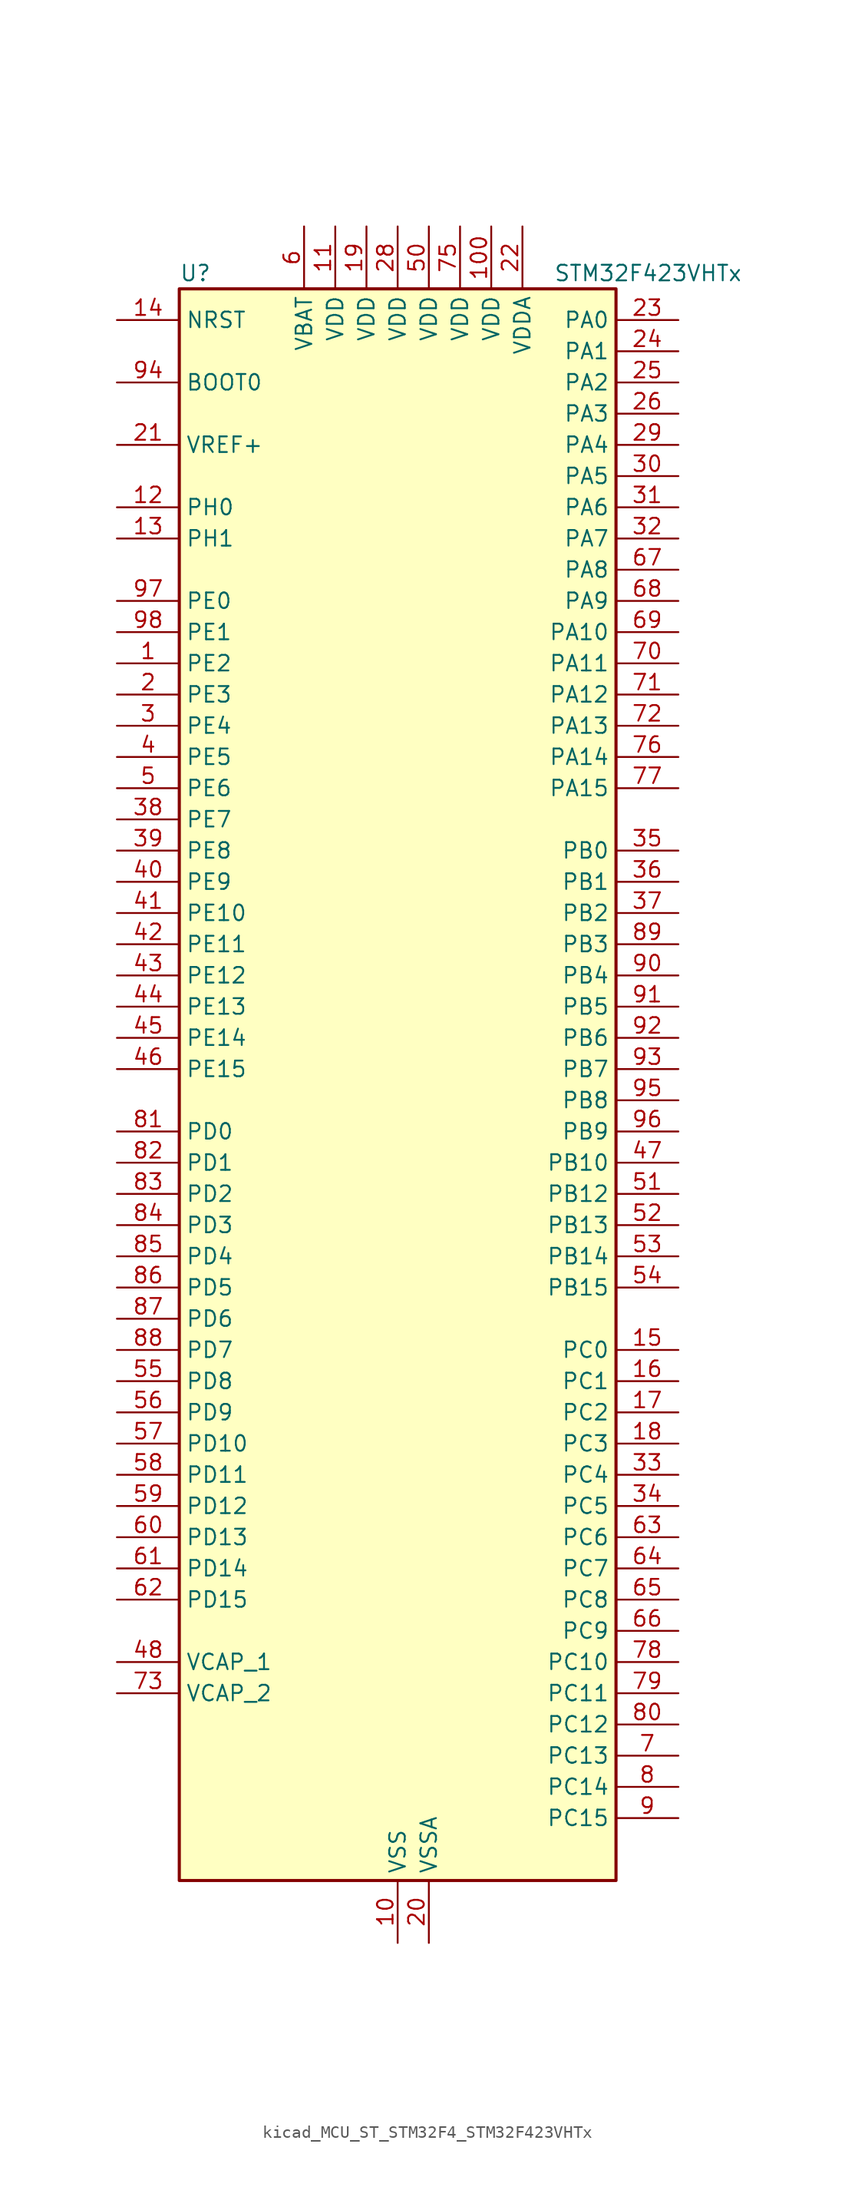
<source format=kicad_sym>
(kicad_symbol_lib
  (version 20220914)
  (generator kicad_symbol_editor)
  (symbol "kicad_MCU_ST_STM32F4_STM32F423VHTx"
    (property "Reference" "U"
      (at -17.78 67.31 0)
      (effects (font (size 1.27 1.27)) (justify left)))
    (property "Value" "STM32F423VHTx"
      (at 12.7 67.31 0)
      (effects (font (size 1.27 1.27)) (justify left)))
    (property "ki_locked" ""
      (at 0 0 0)
      (effects (font (size 1.27 1.27))))
    (symbol "kicad_MCU_ST_STM32F4_STM32F423VHTx_0_1"
      (rectangle (start -17.78 -63.5) (end 17.78 66.04) (stroke (width 0.254) (type default)) (fill (type background))))
    (symbol "kicad_MCU_ST_STM32F4_STM32F423VHTx_1_1"
      (pin bidirectional line (at -22.86 35.56 0) (length 5.08) (name "PE2" (effects (font (size 1.27 1.27)))) (number "1" (effects (font (size 1.27 1.27)))) (alternate "FSMC_A23" bidirectional line) (alternate "I2S4_CK" bidirectional line) (alternate "I2S5_CK" bidirectional line) (alternate "QUADSPI_BK1_IO2" bidirectional line) (alternate "SAI1_MCLK_A" bidirectional line) (alternate "SPI4_SCK" bidirectional line) (alternate "SPI5_SCK" bidirectional line) (alternate "SYS_TRACECLK" bidirectional line) (alternate "UART10_RX" bidirectional line))
      (pin power_in line (at 0 -68.58 90) (length 5.08) (name "VSS" (effects (font (size 1.27 1.27)))) (number "10" (effects (font (size 1.27 1.27)))))
      (pin power_in line (at 7.62 71.12 270) (length 5.08) (name "VDD" (effects (font (size 1.27 1.27)))) (number "100" (effects (font (size 1.27 1.27)))))
      (pin power_in line (at -5.08 71.12 270) (length 5.08) (name "VDD" (effects (font (size 1.27 1.27)))) (number "11" (effects (font (size 1.27 1.27)))))
      (pin bidirectional line (at -22.86 48.26 0) (length 5.08) (name "PH0" (effects (font (size 1.27 1.27)))) (number "12" (effects (font (size 1.27 1.27)))) (alternate "RCC_OSC_IN" bidirectional line))
      (pin bidirectional line (at -22.86 45.72 0) (length 5.08) (name "PH1" (effects (font (size 1.27 1.27)))) (number "13" (effects (font (size 1.27 1.27)))) (alternate "RCC_OSC_OUT" bidirectional line))
      (pin input line (at -22.86 63.5 0) (length 5.08) (name "NRST" (effects (font (size 1.27 1.27)))) (number "14" (effects (font (size 1.27 1.27)))))
      (pin bidirectional line (at 22.86 -20.32 180) (length 5.08) (name "PC0" (effects (font (size 1.27 1.27)))) (number "15" (effects (font (size 1.27 1.27)))) (alternate "ADC1_IN10" bidirectional line) (alternate "DFSDM2_CKIN4" bidirectional line) (alternate "LPTIM1_IN1" bidirectional line) (alternate "SAI1_MCLK_B" bidirectional line) (alternate "SYS_WKUP2" bidirectional line))
      (pin bidirectional line (at 22.86 -22.86 180) (length 5.08) (name "PC1" (effects (font (size 1.27 1.27)))) (number "16" (effects (font (size 1.27 1.27)))) (alternate "ADC1_IN11" bidirectional line) (alternate "DFSDM2_DATIN4" bidirectional line) (alternate "LPTIM1_OUT" bidirectional line) (alternate "SAI1_SD_B" bidirectional line) (alternate "SYS_WKUP3" bidirectional line))
      (pin bidirectional line (at 22.86 -25.4 180) (length 5.08) (name "PC2" (effects (font (size 1.27 1.27)))) (number "17" (effects (font (size 1.27 1.27)))) (alternate "ADC1_IN12" bidirectional line) (alternate "DFSDM1_CKOUT" bidirectional line) (alternate "DFSDM2_DATIN7" bidirectional line) (alternate "FSMC_NWE" bidirectional line) (alternate "I2S2_ext_SD" bidirectional line) (alternate "LPTIM1_IN2" bidirectional line) (alternate "SAI1_SCK_B" bidirectional line) (alternate "SPI2_MISO" bidirectional line))
      (pin bidirectional line (at 22.86 -27.94 180) (length 5.08) (name "PC3" (effects (font (size 1.27 1.27)))) (number "18" (effects (font (size 1.27 1.27)))) (alternate "ADC1_IN13" bidirectional line) (alternate "DFSDM2_CKIN7" bidirectional line) (alternate "FSMC_A0" bidirectional line) (alternate "I2S2_SD" bidirectional line) (alternate "LPTIM1_ETR" bidirectional line) (alternate "SAI1_FS_B" bidirectional line) (alternate "SPI2_MOSI" bidirectional line))
      (pin power_in line (at -2.54 71.12 270) (length 5.08) (name "VDD" (effects (font (size 1.27 1.27)))) (number "19" (effects (font (size 1.27 1.27)))))
      (pin bidirectional line (at -22.86 33.02 0) (length 5.08) (name "PE3" (effects (font (size 1.27 1.27)))) (number "2" (effects (font (size 1.27 1.27)))) (alternate "FSMC_A19" bidirectional line) (alternate "SAI1_SD_B" bidirectional line) (alternate "SYS_TRACED0" bidirectional line) (alternate "UART10_TX" bidirectional line))
      (pin power_in line (at 2.54 -68.58 90) (length 5.08) (name "VSSA" (effects (font (size 1.27 1.27)))) (number "20" (effects (font (size 1.27 1.27)))))
      (pin input line (at -22.86 53.34 0) (length 5.08) (name "VREF+" (effects (font (size 1.27 1.27)))) (number "21" (effects (font (size 1.27 1.27)))))
      (pin power_in line (at 10.16 71.12 270) (length 5.08) (name "VDDA" (effects (font (size 1.27 1.27)))) (number "22" (effects (font (size 1.27 1.27)))))
      (pin bidirectional line (at 22.86 63.5 180) (length 5.08) (name "PA0" (effects (font (size 1.27 1.27)))) (number "23" (effects (font (size 1.27 1.27)))) (alternate "ADC1_IN0" bidirectional line) (alternate "SYS_WKUP1" bidirectional line) (alternate "TIM2_CH1" bidirectional line) (alternate "TIM2_ETR" bidirectional line) (alternate "TIM5_CH1" bidirectional line) (alternate "TIM8_ETR" bidirectional line) (alternate "UART4_TX" bidirectional line) (alternate "USART2_CTS" bidirectional line))
      (pin bidirectional line (at 22.86 60.96 180) (length 5.08) (name "PA1" (effects (font (size 1.27 1.27)))) (number "24" (effects (font (size 1.27 1.27)))) (alternate "ADC1_IN1" bidirectional line) (alternate "I2S4_SD" bidirectional line) (alternate "QUADSPI_BK1_IO3" bidirectional line) (alternate "SPI4_MOSI" bidirectional line) (alternate "TIM2_CH2" bidirectional line) (alternate "TIM5_CH2" bidirectional line) (alternate "UART4_RX" bidirectional line) (alternate "USART2_RTS" bidirectional line))
      (pin bidirectional line (at 22.86 58.42 180) (length 5.08) (name "PA2" (effects (font (size 1.27 1.27)))) (number "25" (effects (font (size 1.27 1.27)))) (alternate "ADC1_IN2" bidirectional line) (alternate "FSMC_D4" bidirectional line) (alternate "FSMC_DA4" bidirectional line) (alternate "I2S_CKIN" bidirectional line) (alternate "TIM2_CH3" bidirectional line) (alternate "TIM5_CH3" bidirectional line) (alternate "TIM9_CH1" bidirectional line) (alternate "USART2_TX" bidirectional line))
      (pin bidirectional line (at 22.86 55.88 180) (length 5.08) (name "PA3" (effects (font (size 1.27 1.27)))) (number "26" (effects (font (size 1.27 1.27)))) (alternate "ADC1_IN3" bidirectional line) (alternate "FSMC_D5" bidirectional line) (alternate "FSMC_DA5" bidirectional line) (alternate "I2S2_MCK" bidirectional line) (alternate "SAI1_SD_B" bidirectional line) (alternate "TIM2_CH4" bidirectional line) (alternate "TIM5_CH4" bidirectional line) (alternate "TIM9_CH2" bidirectional line) (alternate "USART2_RX" bidirectional line))
      (pin passive line (at 0 -68.58 90) (length 5.08) hide (name "VSS" (effects (font (size 1.27 1.27)))) (number "27" (effects (font (size 1.27 1.27)))))
      (pin power_in line (at 0 71.12 270) (length 5.08) (name "VDD" (effects (font (size 1.27 1.27)))) (number "28" (effects (font (size 1.27 1.27)))))
      (pin bidirectional line (at 22.86 53.34 180) (length 5.08) (name "PA4" (effects (font (size 1.27 1.27)))) (number "29" (effects (font (size 1.27 1.27)))) (alternate "ADC1_IN4" bidirectional line) (alternate "DAC_OUT1" bidirectional line) (alternate "DFSDM1_DATIN1" bidirectional line) (alternate "FSMC_D6" bidirectional line) (alternate "FSMC_DA6" bidirectional line) (alternate "I2S1_WS" bidirectional line) (alternate "I2S3_WS" bidirectional line) (alternate "SPI1_NSS" bidirectional line) (alternate "SPI3_NSS" bidirectional line) (alternate "USART2_CK" bidirectional line))
      (pin bidirectional line (at -22.86 30.48 0) (length 5.08) (name "PE4" (effects (font (size 1.27 1.27)))) (number "3" (effects (font (size 1.27 1.27)))) (alternate "DFSDM1_DATIN3" bidirectional line) (alternate "FSMC_A20" bidirectional line) (alternate "I2S4_WS" bidirectional line) (alternate "I2S5_WS" bidirectional line) (alternate "SAI1_SD_A" bidirectional line) (alternate "SPI4_NSS" bidirectional line) (alternate "SPI5_NSS" bidirectional line) (alternate "SYS_TRACED1" bidirectional line))
      (pin bidirectional line (at 22.86 50.8 180) (length 5.08) (name "PA5" (effects (font (size 1.27 1.27)))) (number "30" (effects (font (size 1.27 1.27)))) (alternate "ADC1_IN5" bidirectional line) (alternate "DAC_OUT2" bidirectional line) (alternate "DFSDM1_CKIN1" bidirectional line) (alternate "FSMC_D7" bidirectional line) (alternate "FSMC_DA7" bidirectional line) (alternate "I2S1_CK" bidirectional line) (alternate "SPI1_SCK" bidirectional line) (alternate "TIM2_CH1" bidirectional line) (alternate "TIM2_ETR" bidirectional line) (alternate "TIM8_CH1N" bidirectional line))
      (pin bidirectional line (at 22.86 48.26 180) (length 5.08) (name "PA6" (effects (font (size 1.27 1.27)))) (number "31" (effects (font (size 1.27 1.27)))) (alternate "ADC1_IN6" bidirectional line) (alternate "DFSDM2_CKIN1" bidirectional line) (alternate "I2S2_MCK" bidirectional line) (alternate "QUADSPI_BK2_IO0" bidirectional line) (alternate "SDIO_CMD" bidirectional line) (alternate "SPI1_MISO" bidirectional line) (alternate "TIM13_CH1" bidirectional line) (alternate "TIM1_BKIN" bidirectional line) (alternate "TIM3_CH1" bidirectional line) (alternate "TIM8_BKIN" bidirectional line))
      (pin bidirectional line (at 22.86 45.72 180) (length 5.08) (name "PA7" (effects (font (size 1.27 1.27)))) (number "32" (effects (font (size 1.27 1.27)))) (alternate "ADC1_IN7" bidirectional line) (alternate "DFSDM2_DATIN1" bidirectional line) (alternate "I2S1_SD" bidirectional line) (alternate "QUADSPI_BK2_IO1" bidirectional line) (alternate "SPI1_MOSI" bidirectional line) (alternate "TIM14_CH1" bidirectional line) (alternate "TIM1_CH1N" bidirectional line) (alternate "TIM3_CH2" bidirectional line) (alternate "TIM8_CH1N" bidirectional line))
      (pin bidirectional line (at 22.86 -30.48 180) (length 5.08) (name "PC4" (effects (font (size 1.27 1.27)))) (number "33" (effects (font (size 1.27 1.27)))) (alternate "ADC1_IN14" bidirectional line) (alternate "DFSDM2_CKIN2" bidirectional line) (alternate "FSMC_NE4" bidirectional line) (alternate "I2S1_MCK" bidirectional line) (alternate "QUADSPI_BK2_IO2" bidirectional line))
      (pin bidirectional line (at 22.86 -33.02 180) (length 5.08) (name "PC5" (effects (font (size 1.27 1.27)))) (number "34" (effects (font (size 1.27 1.27)))) (alternate "ADC1_IN15" bidirectional line) (alternate "DFSDM2_DATIN2" bidirectional line) (alternate "FMPI2C1_SMBA" bidirectional line) (alternate "FSMC_NOE" bidirectional line) (alternate "QUADSPI_BK2_IO3" bidirectional line) (alternate "USART3_RX" bidirectional line))
      (pin bidirectional line (at 22.86 20.32 180) (length 5.08) (name "PB0" (effects (font (size 1.27 1.27)))) (number "35" (effects (font (size 1.27 1.27)))) (alternate "ADC1_IN8" bidirectional line) (alternate "I2S5_CK" bidirectional line) (alternate "SPI5_SCK" bidirectional line) (alternate "TIM1_CH2N" bidirectional line) (alternate "TIM3_CH3" bidirectional line) (alternate "TIM8_CH2N" bidirectional line))
      (pin bidirectional line (at 22.86 17.78 180) (length 5.08) (name "PB1" (effects (font (size 1.27 1.27)))) (number "36" (effects (font (size 1.27 1.27)))) (alternate "ADC1_IN9" bidirectional line) (alternate "DFSDM1_DATIN0" bidirectional line) (alternate "I2S5_WS" bidirectional line) (alternate "QUADSPI_CLK" bidirectional line) (alternate "SPI5_NSS" bidirectional line) (alternate "TIM1_CH3N" bidirectional line) (alternate "TIM3_CH4" bidirectional line) (alternate "TIM8_CH3N" bidirectional line))
      (pin bidirectional line (at 22.86 15.24 180) (length 5.08) (name "PB2" (effects (font (size 1.27 1.27)))) (number "37" (effects (font (size 1.27 1.27)))) (alternate "DFSDM1_CKIN0" bidirectional line) (alternate "LPTIM1_OUT" bidirectional line) (alternate "QUADSPI_CLK" bidirectional line))
      (pin bidirectional line (at -22.86 22.86 0) (length 5.08) (name "PE7" (effects (font (size 1.27 1.27)))) (number "38" (effects (font (size 1.27 1.27)))) (alternate "DFSDM1_DATIN2" bidirectional line) (alternate "FSMC_D4" bidirectional line) (alternate "FSMC_DA4" bidirectional line) (alternate "QUADSPI_BK2_IO0" bidirectional line) (alternate "TIM1_ETR" bidirectional line) (alternate "UART7_RX" bidirectional line))
      (pin bidirectional line (at -22.86 20.32 0) (length 5.08) (name "PE8" (effects (font (size 1.27 1.27)))) (number "39" (effects (font (size 1.27 1.27)))) (alternate "DFSDM1_CKIN2" bidirectional line) (alternate "FSMC_D5" bidirectional line) (alternate "FSMC_DA5" bidirectional line) (alternate "QUADSPI_BK2_IO1" bidirectional line) (alternate "TIM1_CH1N" bidirectional line) (alternate "UART7_TX" bidirectional line))
      (pin bidirectional line (at -22.86 27.94 0) (length 5.08) (name "PE5" (effects (font (size 1.27 1.27)))) (number "4" (effects (font (size 1.27 1.27)))) (alternate "DFSDM1_CKIN3" bidirectional line) (alternate "FSMC_A21" bidirectional line) (alternate "SAI1_SCK_A" bidirectional line) (alternate "SPI4_MISO" bidirectional line) (alternate "SPI5_MISO" bidirectional line) (alternate "SYS_TRACED2" bidirectional line) (alternate "TIM9_CH1" bidirectional line))
      (pin bidirectional line (at -22.86 17.78 0) (length 5.08) (name "PE9" (effects (font (size 1.27 1.27)))) (number "40" (effects (font (size 1.27 1.27)))) (alternate "DAC_EXTI9" bidirectional line) (alternate "DFSDM1_CKOUT" bidirectional line) (alternate "FSMC_D6" bidirectional line) (alternate "FSMC_DA6" bidirectional line) (alternate "QUADSPI_BK2_IO2" bidirectional line) (alternate "TIM1_CH1" bidirectional line))
      (pin bidirectional line (at -22.86 15.24 0) (length 5.08) (name "PE10" (effects (font (size 1.27 1.27)))) (number "41" (effects (font (size 1.27 1.27)))) (alternate "DFSDM2_DATIN0" bidirectional line) (alternate "FSMC_D7" bidirectional line) (alternate "FSMC_DA7" bidirectional line) (alternate "QUADSPI_BK2_IO3" bidirectional line) (alternate "TIM1_CH2N" bidirectional line))
      (pin bidirectional line (at -22.86 12.7 0) (length 5.08) (name "PE11" (effects (font (size 1.27 1.27)))) (number "42" (effects (font (size 1.27 1.27)))) (alternate "ADC1_EXTI11" bidirectional line) (alternate "DFSDM2_CKIN0" bidirectional line) (alternate "FSMC_D8" bidirectional line) (alternate "FSMC_DA8" bidirectional line) (alternate "I2S4_WS" bidirectional line) (alternate "I2S5_WS" bidirectional line) (alternate "SPI4_NSS" bidirectional line) (alternate "SPI5_NSS" bidirectional line) (alternate "TIM1_CH2" bidirectional line))
      (pin bidirectional line (at -22.86 10.16 0) (length 5.08) (name "PE12" (effects (font (size 1.27 1.27)))) (number "43" (effects (font (size 1.27 1.27)))) (alternate "DFSDM2_DATIN7" bidirectional line) (alternate "FSMC_D9" bidirectional line) (alternate "FSMC_DA9" bidirectional line) (alternate "I2S4_CK" bidirectional line) (alternate "I2S5_CK" bidirectional line) (alternate "SPI4_SCK" bidirectional line) (alternate "SPI5_SCK" bidirectional line) (alternate "TIM1_CH3N" bidirectional line))
      (pin bidirectional line (at -22.86 7.62 0) (length 5.08) (name "PE13" (effects (font (size 1.27 1.27)))) (number "44" (effects (font (size 1.27 1.27)))) (alternate "DFSDM2_CKIN7" bidirectional line) (alternate "FSMC_D10" bidirectional line) (alternate "FSMC_DA10" bidirectional line) (alternate "SPI4_MISO" bidirectional line) (alternate "SPI5_MISO" bidirectional line) (alternate "TIM1_CH3" bidirectional line))
      (pin bidirectional line (at -22.86 5.08 0) (length 5.08) (name "PE14" (effects (font (size 1.27 1.27)))) (number "45" (effects (font (size 1.27 1.27)))) (alternate "DFSDM2_DATIN1" bidirectional line) (alternate "FSMC_D11" bidirectional line) (alternate "FSMC_DA11" bidirectional line) (alternate "I2S4_SD" bidirectional line) (alternate "I2S5_SD" bidirectional line) (alternate "SPI4_MOSI" bidirectional line) (alternate "SPI5_MOSI" bidirectional line) (alternate "TIM1_CH4" bidirectional line))
      (pin bidirectional line (at -22.86 2.54 0) (length 5.08) (name "PE15" (effects (font (size 1.27 1.27)))) (number "46" (effects (font (size 1.27 1.27)))) (alternate "ADC1_EXTI15" bidirectional line) (alternate "DFSDM2_CKIN1" bidirectional line) (alternate "FSMC_D12" bidirectional line) (alternate "FSMC_DA12" bidirectional line) (alternate "TIM1_BKIN" bidirectional line))
      (pin bidirectional line (at 22.86 -5.08 180) (length 5.08) (name "PB10" (effects (font (size 1.27 1.27)))) (number "47" (effects (font (size 1.27 1.27)))) (alternate "DFSDM2_CKOUT" bidirectional line) (alternate "FMPI2C1_SCL" bidirectional line) (alternate "I2C2_SCL" bidirectional line) (alternate "I2S2_CK" bidirectional line) (alternate "I2S3_MCK" bidirectional line) (alternate "SDIO_D7" bidirectional line) (alternate "SPI2_SCK" bidirectional line) (alternate "TIM2_CH3" bidirectional line) (alternate "USART3_TX" bidirectional line))
      (pin power_out line (at -22.86 -45.72 0) (length 5.08) (name "VCAP_1" (effects (font (size 1.27 1.27)))) (number "48" (effects (font (size 1.27 1.27)))))
      (pin passive line (at 0 -68.58 90) (length 5.08) hide (name "VSS" (effects (font (size 1.27 1.27)))) (number "49" (effects (font (size 1.27 1.27)))))
      (pin bidirectional line (at -22.86 25.4 0) (length 5.08) (name "PE6" (effects (font (size 1.27 1.27)))) (number "5" (effects (font (size 1.27 1.27)))) (alternate "FSMC_A22" bidirectional line) (alternate "I2S4_SD" bidirectional line) (alternate "I2S5_SD" bidirectional line) (alternate "SAI1_FS_A" bidirectional line) (alternate "SPI4_MOSI" bidirectional line) (alternate "SPI5_MOSI" bidirectional line) (alternate "SYS_TRACED3" bidirectional line) (alternate "TIM9_CH2" bidirectional line))
      (pin power_in line (at 2.54 71.12 270) (length 5.08) (name "VDD" (effects (font (size 1.27 1.27)))) (number "50" (effects (font (size 1.27 1.27)))))
      (pin bidirectional line (at 22.86 -7.62 180) (length 5.08) (name "PB12" (effects (font (size 1.27 1.27)))) (number "51" (effects (font (size 1.27 1.27)))) (alternate "CAN2_RX" bidirectional line) (alternate "DFSDM1_DATIN1" bidirectional line) (alternate "FSMC_D13" bidirectional line) (alternate "FSMC_DA13" bidirectional line) (alternate "I2C2_SMBA" bidirectional line) (alternate "I2S2_WS" bidirectional line) (alternate "I2S3_CK" bidirectional line) (alternate "I2S4_WS" bidirectional line) (alternate "SPI2_NSS" bidirectional line) (alternate "SPI3_SCK" bidirectional line) (alternate "SPI4_NSS" bidirectional line) (alternate "TIM1_BKIN" bidirectional line) (alternate "UART5_RX" bidirectional line) (alternate "USART3_CK" bidirectional line))
      (pin bidirectional line (at 22.86 -10.16 180) (length 5.08) (name "PB13" (effects (font (size 1.27 1.27)))) (number "52" (effects (font (size 1.27 1.27)))) (alternate "CAN2_TX" bidirectional line) (alternate "DFSDM1_CKIN1" bidirectional line) (alternate "FMPI2C1_SMBA" bidirectional line) (alternate "I2S2_CK" bidirectional line) (alternate "I2S4_CK" bidirectional line) (alternate "SPI2_SCK" bidirectional line) (alternate "SPI4_SCK" bidirectional line) (alternate "TIM1_CH1N" bidirectional line) (alternate "UART5_TX" bidirectional line) (alternate "USART3_CTS" bidirectional line))
      (pin bidirectional line (at 22.86 -12.7 180) (length 5.08) (name "PB14" (effects (font (size 1.27 1.27)))) (number "53" (effects (font (size 1.27 1.27)))) (alternate "DFSDM1_DATIN2" bidirectional line) (alternate "FMPI2C1_SDA" bidirectional line) (alternate "FSMC_D0" bidirectional line) (alternate "FSMC_DA0" bidirectional line) (alternate "I2S2_ext_SD" bidirectional line) (alternate "SDIO_D6" bidirectional line) (alternate "SPI2_MISO" bidirectional line) (alternate "TIM12_CH1" bidirectional line) (alternate "TIM1_CH2N" bidirectional line) (alternate "TIM8_CH2N" bidirectional line) (alternate "USART3_RTS" bidirectional line))
      (pin bidirectional line (at 22.86 -15.24 180) (length 5.08) (name "PB15" (effects (font (size 1.27 1.27)))) (number "54" (effects (font (size 1.27 1.27)))) (alternate "ADC1_EXTI15" bidirectional line) (alternate "DFSDM1_CKIN2" bidirectional line) (alternate "FMPI2C1_SCL" bidirectional line) (alternate "I2S2_SD" bidirectional line) (alternate "RTC_REFIN" bidirectional line) (alternate "SDIO_CK" bidirectional line) (alternate "SPI2_MOSI" bidirectional line) (alternate "TIM12_CH2" bidirectional line) (alternate "TIM1_CH3N" bidirectional line) (alternate "TIM8_CH3N" bidirectional line))
      (pin bidirectional line (at -22.86 -22.86 0) (length 5.08) (name "PD8" (effects (font (size 1.27 1.27)))) (number "55" (effects (font (size 1.27 1.27)))) (alternate "FSMC_D13" bidirectional line) (alternate "FSMC_DA13" bidirectional line) (alternate "USART3_TX" bidirectional line))
      (pin bidirectional line (at -22.86 -25.4 0) (length 5.08) (name "PD9" (effects (font (size 1.27 1.27)))) (number "56" (effects (font (size 1.27 1.27)))) (alternate "DAC_EXTI9" bidirectional line) (alternate "FSMC_D14" bidirectional line) (alternate "FSMC_DA14" bidirectional line) (alternate "USART3_RX" bidirectional line))
      (pin bidirectional line (at -22.86 -27.94 0) (length 5.08) (name "PD10" (effects (font (size 1.27 1.27)))) (number "57" (effects (font (size 1.27 1.27)))) (alternate "FSMC_D15" bidirectional line) (alternate "FSMC_DA15" bidirectional line) (alternate "UART4_TX" bidirectional line) (alternate "USART3_CK" bidirectional line))
      (pin bidirectional line (at -22.86 -30.48 0) (length 5.08) (name "PD11" (effects (font (size 1.27 1.27)))) (number "58" (effects (font (size 1.27 1.27)))) (alternate "ADC1_EXTI11" bidirectional line) (alternate "DFSDM2_DATIN2" bidirectional line) (alternate "FMPI2C1_SMBA" bidirectional line) (alternate "FSMC_A16" bidirectional line) (alternate "QUADSPI_BK1_IO0" bidirectional line) (alternate "USART3_CTS" bidirectional line))
      (pin bidirectional line (at -22.86 -33.02 0) (length 5.08) (name "PD12" (effects (font (size 1.27 1.27)))) (number "59" (effects (font (size 1.27 1.27)))) (alternate "DFSDM2_CKIN2" bidirectional line) (alternate "FMPI2C1_SCL" bidirectional line) (alternate "FSMC_A17" bidirectional line) (alternate "QUADSPI_BK1_IO1" bidirectional line) (alternate "TIM4_CH1" bidirectional line) (alternate "USART3_RTS" bidirectional line))
      (pin power_in line (at -7.62 71.12 270) (length 5.08) (name "VBAT" (effects (font (size 1.27 1.27)))) (number "6" (effects (font (size 1.27 1.27)))))
      (pin bidirectional line (at -22.86 -35.56 0) (length 5.08) (name "PD13" (effects (font (size 1.27 1.27)))) (number "60" (effects (font (size 1.27 1.27)))) (alternate "FMPI2C1_SDA" bidirectional line) (alternate "FSMC_A18" bidirectional line) (alternate "QUADSPI_BK1_IO3" bidirectional line) (alternate "TIM4_CH2" bidirectional line))
      (pin bidirectional line (at -22.86 -38.1 0) (length 5.08) (name "PD14" (effects (font (size 1.27 1.27)))) (number "61" (effects (font (size 1.27 1.27)))) (alternate "DFSDM2_CKIN0" bidirectional line) (alternate "FMPI2C1_SCL" bidirectional line) (alternate "FSMC_D0" bidirectional line) (alternate "FSMC_DA0" bidirectional line) (alternate "TIM4_CH3" bidirectional line) (alternate "UART9_RX" bidirectional line))
      (pin bidirectional line (at -22.86 -40.64 0) (length 5.08) (name "PD15" (effects (font (size 1.27 1.27)))) (number "62" (effects (font (size 1.27 1.27)))) (alternate "ADC1_EXTI15" bidirectional line) (alternate "DFSDM2_DATIN0" bidirectional line) (alternate "FMPI2C1_SDA" bidirectional line) (alternate "FSMC_D1" bidirectional line) (alternate "FSMC_DA1" bidirectional line) (alternate "TIM4_CH4" bidirectional line) (alternate "UART9_TX" bidirectional line))
      (pin bidirectional line (at 22.86 -35.56 180) (length 5.08) (name "PC6" (effects (font (size 1.27 1.27)))) (number "63" (effects (font (size 1.27 1.27)))) (alternate "DFSDM1_CKIN3" bidirectional line) (alternate "DFSDM2_DATIN6" bidirectional line) (alternate "FMPI2C1_SCL" bidirectional line) (alternate "FSMC_D1" bidirectional line) (alternate "FSMC_DA1" bidirectional line) (alternate "I2S2_MCK" bidirectional line) (alternate "SDIO_D6" bidirectional line) (alternate "TIM3_CH1" bidirectional line) (alternate "TIM8_CH1" bidirectional line) (alternate "USART6_TX" bidirectional line))
      (pin bidirectional line (at 22.86 -38.1 180) (length 5.08) (name "PC7" (effects (font (size 1.27 1.27)))) (number "64" (effects (font (size 1.27 1.27)))) (alternate "DFSDM1_DATIN3" bidirectional line) (alternate "DFSDM2_CKIN6" bidirectional line) (alternate "FMPI2C1_SDA" bidirectional line) (alternate "I2S2_CK" bidirectional line) (alternate "I2S3_MCK" bidirectional line) (alternate "SDIO_D7" bidirectional line) (alternate "SPI2_SCK" bidirectional line) (alternate "TIM3_CH2" bidirectional line) (alternate "TIM8_CH2" bidirectional line) (alternate "USART6_RX" bidirectional line))
      (pin bidirectional line (at 22.86 -40.64 180) (length 5.08) (name "PC8" (effects (font (size 1.27 1.27)))) (number "65" (effects (font (size 1.27 1.27)))) (alternate "DFSDM2_CKIN3" bidirectional line) (alternate "QUADSPI_BK1_IO2" bidirectional line) (alternate "SDIO_D0" bidirectional line) (alternate "TIM3_CH3" bidirectional line) (alternate "TIM8_CH3" bidirectional line) (alternate "USART6_CK" bidirectional line))
      (pin bidirectional line (at 22.86 -43.18 180) (length 5.08) (name "PC9" (effects (font (size 1.27 1.27)))) (number "66" (effects (font (size 1.27 1.27)))) (alternate "DAC_EXTI9" bidirectional line) (alternate "DFSDM2_DATIN3" bidirectional line) (alternate "I2C3_SDA" bidirectional line) (alternate "I2S_CKIN" bidirectional line) (alternate "QUADSPI_BK1_IO0" bidirectional line) (alternate "RCC_MCO_2" bidirectional line) (alternate "SDIO_D1" bidirectional line) (alternate "TIM3_CH4" bidirectional line) (alternate "TIM8_CH4" bidirectional line))
      (pin bidirectional line (at 22.86 43.18 180) (length 5.08) (name "PA8" (effects (font (size 1.27 1.27)))) (number "67" (effects (font (size 1.27 1.27)))) (alternate "CAN3_RX" bidirectional line) (alternate "DFSDM1_CKOUT" bidirectional line) (alternate "I2C3_SCL" bidirectional line) (alternate "RCC_MCO_1" bidirectional line) (alternate "SDIO_D1" bidirectional line) (alternate "TIM1_CH1" bidirectional line) (alternate "UART7_RX" bidirectional line) (alternate "USART1_CK" bidirectional line) (alternate "USB_OTG_FS_SOF" bidirectional line))
      (pin bidirectional line (at 22.86 40.64 180) (length 5.08) (name "PA9" (effects (font (size 1.27 1.27)))) (number "68" (effects (font (size 1.27 1.27)))) (alternate "DAC_EXTI9" bidirectional line) (alternate "DFSDM2_CKIN3" bidirectional line) (alternate "I2C3_SMBA" bidirectional line) (alternate "I2S2_CK" bidirectional line) (alternate "SDIO_D2" bidirectional line) (alternate "SPI2_SCK" bidirectional line) (alternate "TIM1_CH2" bidirectional line) (alternate "USART1_TX" bidirectional line) (alternate "USB_OTG_FS_VBUS" bidirectional line))
      (pin bidirectional line (at 22.86 38.1 180) (length 5.08) (name "PA10" (effects (font (size 1.27 1.27)))) (number "69" (effects (font (size 1.27 1.27)))) (alternate "DFSDM2_DATIN3" bidirectional line) (alternate "I2S2_SD" bidirectional line) (alternate "I2S5_SD" bidirectional line) (alternate "SPI2_MOSI" bidirectional line) (alternate "SPI5_MOSI" bidirectional line) (alternate "TIM1_CH3" bidirectional line) (alternate "USART1_RX" bidirectional line) (alternate "USB_OTG_FS_ID" bidirectional line))
      (pin bidirectional line (at 22.86 -53.34 180) (length 5.08) (name "PC13" (effects (font (size 1.27 1.27)))) (number "7" (effects (font (size 1.27 1.27)))) (alternate "RTC_AF1" bidirectional line))
      (pin bidirectional line (at 22.86 35.56 180) (length 5.08) (name "PA11" (effects (font (size 1.27 1.27)))) (number "70" (effects (font (size 1.27 1.27)))) (alternate "ADC1_EXTI11" bidirectional line) (alternate "CAN1_RX" bidirectional line) (alternate "DFSDM2_CKIN5" bidirectional line) (alternate "I2S2_WS" bidirectional line) (alternate "SPI2_NSS" bidirectional line) (alternate "SPI4_MISO" bidirectional line) (alternate "TIM1_CH4" bidirectional line) (alternate "UART4_RX" bidirectional line) (alternate "USART1_CTS" bidirectional line) (alternate "USART6_TX" bidirectional line) (alternate "USB_OTG_FS_DM" bidirectional line))
      (pin bidirectional line (at 22.86 33.02 180) (length 5.08) (name "PA12" (effects (font (size 1.27 1.27)))) (number "71" (effects (font (size 1.27 1.27)))) (alternate "CAN1_TX" bidirectional line) (alternate "DFSDM2_DATIN5" bidirectional line) (alternate "SPI2_MISO" bidirectional line) (alternate "SPI5_MISO" bidirectional line) (alternate "TIM1_ETR" bidirectional line) (alternate "UART4_TX" bidirectional line) (alternate "USART1_RTS" bidirectional line) (alternate "USART6_RX" bidirectional line) (alternate "USB_OTG_FS_DP" bidirectional line))
      (pin bidirectional line (at 22.86 30.48 180) (length 5.08) (name "PA13" (effects (font (size 1.27 1.27)))) (number "72" (effects (font (size 1.27 1.27)))) (alternate "SYS_JTMS-SWDIO" bidirectional line))
      (pin power_out line (at -22.86 -48.26 0) (length 5.08) (name "VCAP_2" (effects (font (size 1.27 1.27)))) (number "73" (effects (font (size 1.27 1.27)))))
      (pin passive line (at 0 -68.58 90) (length 5.08) hide (name "VSS" (effects (font (size 1.27 1.27)))) (number "74" (effects (font (size 1.27 1.27)))))
      (pin power_in line (at 5.08 71.12 270) (length 5.08) (name "VDD" (effects (font (size 1.27 1.27)))) (number "75" (effects (font (size 1.27 1.27)))))
      (pin bidirectional line (at 22.86 27.94 180) (length 5.08) (name "PA14" (effects (font (size 1.27 1.27)))) (number "76" (effects (font (size 1.27 1.27)))) (alternate "SYS_JTCK-SWCLK" bidirectional line))
      (pin bidirectional line (at 22.86 25.4 180) (length 5.08) (name "PA15" (effects (font (size 1.27 1.27)))) (number "77" (effects (font (size 1.27 1.27)))) (alternate "ADC1_EXTI15" bidirectional line) (alternate "CAN3_TX" bidirectional line) (alternate "I2S1_WS" bidirectional line) (alternate "I2S3_WS" bidirectional line) (alternate "SAI1_MCLK_A" bidirectional line) (alternate "SPI1_NSS" bidirectional line) (alternate "SPI3_NSS" bidirectional line) (alternate "SYS_JTDI" bidirectional line) (alternate "TIM2_CH1" bidirectional line) (alternate "TIM2_ETR" bidirectional line) (alternate "UART7_TX" bidirectional line) (alternate "USART1_TX" bidirectional line))
      (pin bidirectional line (at 22.86 -45.72 180) (length 5.08) (name "PC10" (effects (font (size 1.27 1.27)))) (number "78" (effects (font (size 1.27 1.27)))) (alternate "DFSDM2_CKIN5" bidirectional line) (alternate "I2S3_CK" bidirectional line) (alternate "QUADSPI_BK1_IO1" bidirectional line) (alternate "SDIO_D2" bidirectional line) (alternate "SPI3_SCK" bidirectional line) (alternate "USART3_TX" bidirectional line))
      (pin bidirectional line (at 22.86 -48.26 180) (length 5.08) (name "PC11" (effects (font (size 1.27 1.27)))) (number "79" (effects (font (size 1.27 1.27)))) (alternate "ADC1_EXTI11" bidirectional line) (alternate "DFSDM2_DATIN5" bidirectional line) (alternate "FSMC_D2" bidirectional line) (alternate "FSMC_DA2" bidirectional line) (alternate "I2S3_ext_SD" bidirectional line) (alternate "QUADSPI_BK2_NCS" bidirectional line) (alternate "SDIO_D3" bidirectional line) (alternate "SPI3_MISO" bidirectional line) (alternate "UART4_RX" bidirectional line) (alternate "USART3_RX" bidirectional line))
      (pin bidirectional line (at 22.86 -55.88 180) (length 5.08) (name "PC14" (effects (font (size 1.27 1.27)))) (number "8" (effects (font (size 1.27 1.27)))) (alternate "RCC_OSC32_IN" bidirectional line))
      (pin bidirectional line (at 22.86 -50.8 180) (length 5.08) (name "PC12" (effects (font (size 1.27 1.27)))) (number "80" (effects (font (size 1.27 1.27)))) (alternate "FSMC_D3" bidirectional line) (alternate "FSMC_DA3" bidirectional line) (alternate "I2S3_SD" bidirectional line) (alternate "SDIO_CK" bidirectional line) (alternate "SPI3_MOSI" bidirectional line) (alternate "UART5_TX" bidirectional line) (alternate "USART3_CK" bidirectional line))
      (pin bidirectional line (at -22.86 -2.54 0) (length 5.08) (name "PD0" (effects (font (size 1.27 1.27)))) (number "81" (effects (font (size 1.27 1.27)))) (alternate "CAN1_RX" bidirectional line) (alternate "DFSDM2_CKIN6" bidirectional line) (alternate "FSMC_D2" bidirectional line) (alternate "FSMC_DA2" bidirectional line) (alternate "UART4_RX" bidirectional line))
      (pin bidirectional line (at -22.86 -5.08 0) (length 5.08) (name "PD1" (effects (font (size 1.27 1.27)))) (number "82" (effects (font (size 1.27 1.27)))) (alternate "CAN1_TX" bidirectional line) (alternate "DFSDM2_DATIN6" bidirectional line) (alternate "FSMC_D3" bidirectional line) (alternate "FSMC_DA3" bidirectional line) (alternate "UART4_TX" bidirectional line))
      (pin bidirectional line (at -22.86 -7.62 0) (length 5.08) (name "PD2" (effects (font (size 1.27 1.27)))) (number "83" (effects (font (size 1.27 1.27)))) (alternate "DFSDM2_CKOUT" bidirectional line) (alternate "FSMC_NWE" bidirectional line) (alternate "SDIO_CMD" bidirectional line) (alternate "TIM3_ETR" bidirectional line) (alternate "UART5_RX" bidirectional line))
      (pin bidirectional line (at -22.86 -10.16 0) (length 5.08) (name "PD3" (effects (font (size 1.27 1.27)))) (number "84" (effects (font (size 1.27 1.27)))) (alternate "DFSDM1_DATIN0" bidirectional line) (alternate "FSMC_CLK" bidirectional line) (alternate "I2S2_CK" bidirectional line) (alternate "QUADSPI_CLK" bidirectional line) (alternate "SPI2_SCK" bidirectional line) (alternate "SYS_TRACED1" bidirectional line) (alternate "USART2_CTS" bidirectional line))
      (pin bidirectional line (at -22.86 -12.7 0) (length 5.08) (name "PD4" (effects (font (size 1.27 1.27)))) (number "85" (effects (font (size 1.27 1.27)))) (alternate "DFSDM1_CKIN0" bidirectional line) (alternate "FSMC_NOE" bidirectional line) (alternate "USART2_RTS" bidirectional line))
      (pin bidirectional line (at -22.86 -15.24 0) (length 5.08) (name "PD5" (effects (font (size 1.27 1.27)))) (number "86" (effects (font (size 1.27 1.27)))) (alternate "DFSDM2_CKOUT" bidirectional line) (alternate "FSMC_NWE" bidirectional line) (alternate "USART2_TX" bidirectional line))
      (pin bidirectional line (at -22.86 -17.78 0) (length 5.08) (name "PD6" (effects (font (size 1.27 1.27)))) (number "87" (effects (font (size 1.27 1.27)))) (alternate "DFSDM1_DATIN1" bidirectional line) (alternate "FSMC_NWAIT" bidirectional line) (alternate "I2S3_SD" bidirectional line) (alternate "SPI3_MOSI" bidirectional line) (alternate "USART2_RX" bidirectional line))
      (pin bidirectional line (at -22.86 -20.32 0) (length 5.08) (name "PD7" (effects (font (size 1.27 1.27)))) (number "88" (effects (font (size 1.27 1.27)))) (alternate "DFSDM1_CKIN1" bidirectional line) (alternate "FSMC_NE1" bidirectional line) (alternate "USART2_CK" bidirectional line))
      (pin bidirectional line (at 22.86 12.7 180) (length 5.08) (name "PB3" (effects (font (size 1.27 1.27)))) (number "89" (effects (font (size 1.27 1.27)))) (alternate "CAN3_RX" bidirectional line) (alternate "FMPI2C1_SDA" bidirectional line) (alternate "I2C2_SDA" bidirectional line) (alternate "I2S1_CK" bidirectional line) (alternate "I2S3_CK" bidirectional line) (alternate "SAI1_SD_A" bidirectional line) (alternate "SPI1_SCK" bidirectional line) (alternate "SPI3_SCK" bidirectional line) (alternate "SYS_JTDO-SWO" bidirectional line) (alternate "TIM2_CH2" bidirectional line) (alternate "UART7_RX" bidirectional line) (alternate "USART1_RX" bidirectional line))
      (pin bidirectional line (at 22.86 -58.42 180) (length 5.08) (name "PC15" (effects (font (size 1.27 1.27)))) (number "9" (effects (font (size 1.27 1.27)))) (alternate "ADC1_EXTI15" bidirectional line) (alternate "RCC_OSC32_OUT" bidirectional line))
      (pin bidirectional line (at 22.86 10.16 180) (length 5.08) (name "PB4" (effects (font (size 1.27 1.27)))) (number "90" (effects (font (size 1.27 1.27)))) (alternate "CAN3_TX" bidirectional line) (alternate "I2C3_SDA" bidirectional line) (alternate "I2S3_ext_SD" bidirectional line) (alternate "SAI1_SCK_A" bidirectional line) (alternate "SDIO_D0" bidirectional line) (alternate "SPI1_MISO" bidirectional line) (alternate "SPI3_MISO" bidirectional line) (alternate "SYS_JTRST" bidirectional line) (alternate "TIM3_CH1" bidirectional line) (alternate "UART7_TX" bidirectional line))
      (pin bidirectional line (at 22.86 7.62 180) (length 5.08) (name "PB5" (effects (font (size 1.27 1.27)))) (number "91" (effects (font (size 1.27 1.27)))) (alternate "CAN2_RX" bidirectional line) (alternate "I2C1_SMBA" bidirectional line) (alternate "I2S1_SD" bidirectional line) (alternate "I2S3_SD" bidirectional line) (alternate "LPTIM1_IN1" bidirectional line) (alternate "SAI1_FS_A" bidirectional line) (alternate "SDIO_D3" bidirectional line) (alternate "SPI1_MOSI" bidirectional line) (alternate "SPI3_MOSI" bidirectional line) (alternate "TIM3_CH2" bidirectional line) (alternate "UART5_RX" bidirectional line))
      (pin bidirectional line (at 22.86 5.08 180) (length 5.08) (name "PB6" (effects (font (size 1.27 1.27)))) (number "92" (effects (font (size 1.27 1.27)))) (alternate "CAN2_TX" bidirectional line) (alternate "DFSDM2_CKIN7" bidirectional line) (alternate "I2C1_SCL" bidirectional line) (alternate "LPTIM1_ETR" bidirectional line) (alternate "QUADSPI_BK1_NCS" bidirectional line) (alternate "SDIO_D0" bidirectional line) (alternate "TIM4_CH1" bidirectional line) (alternate "UART5_TX" bidirectional line) (alternate "USART1_TX" bidirectional line))
      (pin bidirectional line (at 22.86 2.54 180) (length 5.08) (name "PB7" (effects (font (size 1.27 1.27)))) (number "93" (effects (font (size 1.27 1.27)))) (alternate "DFSDM2_DATIN7" bidirectional line) (alternate "FSMC_NL" bidirectional line) (alternate "I2C1_SDA" bidirectional line) (alternate "LPTIM1_IN2" bidirectional line) (alternate "TIM4_CH2" bidirectional line) (alternate "USART1_RX" bidirectional line))
      (pin input line (at -22.86 58.42 0) (length 5.08) (name "BOOT0" (effects (font (size 1.27 1.27)))) (number "94" (effects (font (size 1.27 1.27)))))
      (pin bidirectional line (at 22.86 0 180) (length 5.08) (name "PB8" (effects (font (size 1.27 1.27)))) (number "95" (effects (font (size 1.27 1.27)))) (alternate "CAN1_RX" bidirectional line) (alternate "DFSDM2_CKIN1" bidirectional line) (alternate "I2C1_SCL" bidirectional line) (alternate "I2C3_SDA" bidirectional line) (alternate "I2S5_SD" bidirectional line) (alternate "LPTIM1_OUT" bidirectional line) (alternate "SDIO_D4" bidirectional line) (alternate "SPI5_MOSI" bidirectional line) (alternate "TIM10_CH1" bidirectional line) (alternate "TIM4_CH3" bidirectional line) (alternate "UART5_RX" bidirectional line))
      (pin bidirectional line (at 22.86 -2.54 180) (length 5.08) (name "PB9" (effects (font (size 1.27 1.27)))) (number "96" (effects (font (size 1.27 1.27)))) (alternate "CAN1_TX" bidirectional line) (alternate "DAC_EXTI9" bidirectional line) (alternate "DFSDM2_DATIN1" bidirectional line) (alternate "I2C1_SDA" bidirectional line) (alternate "I2C2_SDA" bidirectional line) (alternate "I2S2_WS" bidirectional line) (alternate "SDIO_D5" bidirectional line) (alternate "SPI2_NSS" bidirectional line) (alternate "TIM11_CH1" bidirectional line) (alternate "TIM4_CH4" bidirectional line) (alternate "UART5_TX" bidirectional line))
      (pin bidirectional line (at -22.86 40.64 0) (length 5.08) (name "PE0" (effects (font (size 1.27 1.27)))) (number "97" (effects (font (size 1.27 1.27)))) (alternate "DFSDM2_CKIN4" bidirectional line) (alternate "FSMC_NBL0" bidirectional line) (alternate "TIM4_ETR" bidirectional line) (alternate "UART8_RX" bidirectional line))
      (pin bidirectional line (at -22.86 38.1 0) (length 5.08) (name "PE1" (effects (font (size 1.27 1.27)))) (number "98" (effects (font (size 1.27 1.27)))) (alternate "DFSDM2_DATIN4" bidirectional line) (alternate "FSMC_NBL1" bidirectional line) (alternate "UART8_TX" bidirectional line))
      (pin passive line (at 0 -68.58 90) (length 5.08) hide (name "VSS" (effects (font (size 1.27 1.27)))) (number "99" (effects (font (size 1.27 1.27))))))))
</source>
